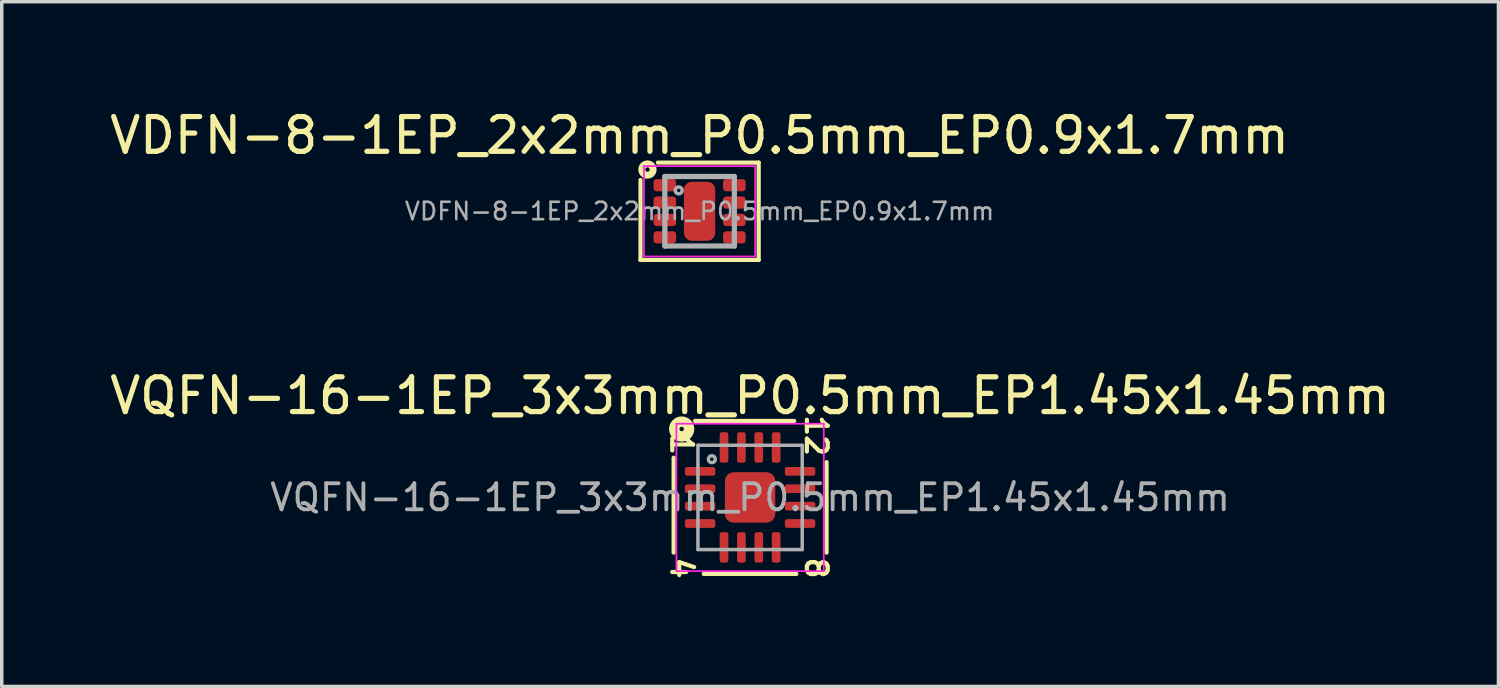
<source format=kicad_pcb>
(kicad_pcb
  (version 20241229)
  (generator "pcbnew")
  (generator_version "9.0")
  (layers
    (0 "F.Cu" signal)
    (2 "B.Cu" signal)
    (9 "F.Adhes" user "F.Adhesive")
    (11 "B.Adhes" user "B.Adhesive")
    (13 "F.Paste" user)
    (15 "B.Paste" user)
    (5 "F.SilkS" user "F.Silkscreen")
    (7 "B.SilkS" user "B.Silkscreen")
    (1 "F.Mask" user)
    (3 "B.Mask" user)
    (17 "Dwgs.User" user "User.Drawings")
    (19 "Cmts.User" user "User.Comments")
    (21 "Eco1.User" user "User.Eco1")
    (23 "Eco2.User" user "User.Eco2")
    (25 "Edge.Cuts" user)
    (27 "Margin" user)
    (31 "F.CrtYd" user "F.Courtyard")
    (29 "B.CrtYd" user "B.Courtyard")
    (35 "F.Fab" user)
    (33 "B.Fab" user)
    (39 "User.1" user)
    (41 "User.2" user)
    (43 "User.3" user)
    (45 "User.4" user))
  (footprint "VQFN-16-1EP_3x3mm_P0.5mm_EP1.45x1.45mm"
    (layer "F.Cu")
    (at 18.53 11.261)
    (property "Reference" "VQFN-16-1EP_3x3mm_P0.5mm_EP1.45x1.45mm" (at 0 -2.925 0) (layer "F.SilkS") (effects (font (size 1 1) (thickness 0.15))))
    (attr smd)
    (fp_line (start -2.2 1.587) (end -2.2 -1.143) (stroke (width 0.12) (type solid)) (layer "F.SilkS"))
    (fp_line (start -1.587 -2.2) (end 1.27 -2.2) (stroke (width 0.12) (type solid)) (layer "F.SilkS"))
    (fp_line (start 1.333 2.2) (end -1.333 2.2) (stroke (width 0.12) (type solid)) (layer "F.SilkS"))
    (fp_line (start 2.2 -1.016) (end 2.2 1.587) (stroke (width 0.12) (type solid)) (layer "F.SilkS"))
    (fp_circle (center -1.968 -1.968) (end -1.905 -1.968) (stroke (width 0.3) (type solid)) (fill no) (layer "F.SilkS"))
    (fp_line (start -2.12 -2.12) (end -2.12 2.12) (stroke (width 0.05) (type solid)) (layer "F.CrtYd"))
    (fp_line (start -2.12 2.12) (end 2.12 2.12) (stroke (width 0.05) (type solid)) (layer "F.CrtYd"))
    (fp_line (start 2.12 -2.12) (end -2.12 -2.12) (stroke (width 0.05) (type solid)) (layer "F.CrtYd"))
    (fp_line (start 2.12 2.12) (end 2.12 -2.12) (stroke (width 0.05) (type solid)) (layer "F.CrtYd"))
    (fp_line (start -1.5 -1.5) (end 1.5 -1.5) (stroke (width 0.1) (type solid)) (layer "F.Fab"))
    (fp_line (start -1.5 1.5) (end -1.5 -1.5) (stroke (width 0.1) (type solid)) (layer "F.Fab"))
    (fp_line (start 1.5 -1.5) (end 1.5 1.5) (stroke (width 0.1) (type solid)) (layer "F.Fab"))
    (fp_line (start 1.5 1.5) (end -1.5 1.5) (stroke (width 0.1) (type solid)) (layer "F.Fab"))
    (fp_circle (center -1.1 -1.1) (end -1 -1.1) (stroke (width 0.1) (type solid)) (fill no) (layer "F.Fab"))
    (fp_text user "8" (at 1.905 2.032 270) (unlocked yes) (layer "F.SilkS") (effects (font (size 0.6 0.6) (thickness 0.12))))
    (fp_text user "12" (at 1.905 -1.778 270) (unlocked yes) (layer "F.SilkS") (effects (font (size 0.6 0.6) (thickness 0.12))))
    (fp_text user "1" (at -1.968 -1.524 270) (unlocked yes) (layer "F.SilkS") (effects (font (size 0.6 0.6) (thickness 0.12))))
    (fp_text user "4" (at -1.968 2.032 270) (unlocked yes) (layer "F.SilkS") (effects (font (size 0.6 0.6) (thickness 0.12))))
    (fp_text user "${REFERENCE}" (at 0 0 0) (layer "F.Fab") (effects (font (size 0.75 0.75) (thickness 0.11))))
    (pad "" smd roundrect (at -0.36 -0.36) (size 0.58 0.58) (layers "F.Paste") (roundrect_rratio 0.25))
    (pad "" smd roundrect (at -0.36 0.36) (size 0.58 0.58) (layers "F.Paste") (roundrect_rratio 0.25))
    (pad "" smd roundrect (at 0.36 -0.36) (size 0.58 0.58) (layers "F.Paste") (roundrect_rratio 0.25))
    (pad "" smd roundrect (at 0.36 0.36) (size 0.58 0.58) (layers "F.Paste") (roundrect_rratio 0.25))
    (pad "1" smd roundrect (at -1.438 -0.75) (size 0.875 0.25) (layers "F.Cu" "F.Mask" "F.Paste") (roundrect_rratio 0.25))
    (pad "2" smd roundrect (at -1.438 -0.25) (size 0.875 0.25) (layers "F.Cu" "F.Mask" "F.Paste") (roundrect_rratio 0.25))
    (pad "3" smd roundrect (at -1.438 0.25) (size 0.875 0.25) (layers "F.Cu" "F.Mask" "F.Paste") (roundrect_rratio 0.25))
    (pad "4" smd roundrect (at -1.438 0.75) (size 0.875 0.25) (layers "F.Cu" "F.Mask" "F.Paste") (roundrect_rratio 0.25))
    (pad "5" smd roundrect (at -0.75 1.438) (size 0.25 0.875) (layers "F.Cu" "F.Mask" "F.Paste") (roundrect_rratio 0.25))
    (pad "6" smd roundrect (at -0.25 1.438) (size 0.25 0.875) (layers "F.Cu" "F.Mask" "F.Paste") (roundrect_rratio 0.25))
    (pad "7" smd roundrect (at 0.25 1.438) (size 0.25 0.875) (layers "F.Cu" "F.Mask" "F.Paste") (roundrect_rratio 0.25))
    (pad "8" smd roundrect (at 0.75 1.438) (size 0.25 0.875) (layers "F.Cu" "F.Mask" "F.Paste") (roundrect_rratio 0.25))
    (pad "9" smd roundrect (at 1.438 0.75) (size 0.875 0.25) (layers "F.Cu" "F.Mask" "F.Paste") (roundrect_rratio 0.25))
    (pad "10" smd roundrect (at 1.438 0.25) (size 0.875 0.25) (layers "F.Cu" "F.Mask" "F.Paste") (roundrect_rratio 0.25))
    (pad "11" smd roundrect (at 1.438 -0.25) (size 0.875 0.25) (layers "F.Cu" "F.Mask" "F.Paste") (roundrect_rratio 0.25))
    (pad "12" smd roundrect (at 1.438 -0.75) (size 0.875 0.25) (layers "F.Cu" "F.Mask" "F.Paste") (roundrect_rratio 0.25))
    (pad "13" smd roundrect (at 0.75 -1.438) (size 0.25 0.875) (layers "F.Cu" "F.Mask" "F.Paste") (roundrect_rratio 0.25))
    (pad "14" smd roundrect (at 0.25 -1.438) (size 0.25 0.875) (layers "F.Cu" "F.Mask" "F.Paste") (roundrect_rratio 0.25))
    (pad "15" smd roundrect (at -0.25 -1.438) (size 0.25 0.875) (layers "F.Cu" "F.Mask" "F.Paste") (roundrect_rratio 0.25))
    (pad "16" smd roundrect (at -0.75 -1.438) (size 0.25 0.875) (layers "F.Cu" "F.Mask" "F.Paste") (roundrect_rratio 0.25))
    (pad "17" smd roundrect (at 0 0) (size 1.45 1.45) (layers "F.Cu" "F.Mask") (roundrect_rratio 0.172)))
  (footprint "VDFN-8-1EP_2x2mm_P0.5mm_EP0.9x1.7mm"
    (layer "F.Cu")
    (at 17.077 3.028)
    (property "Reference" "VDFN-8-1EP_2x2mm_P0.5mm_EP0.9x1.7mm" (at 0 -2.18 0) (layer "F.SilkS") (effects (font (size 1 1) (thickness 0.15))))
    (attr smd)
    (fp_line (start -1.7 1.4) (end -1.7 -0.9) (stroke (width 0.12) (type solid)) (layer "F.SilkS"))
    (fp_line (start -1.2 -1.4) (end 1.7 -1.4) (stroke (width 0.12) (type solid)) (layer "F.SilkS"))
    (fp_line (start 1.7 -1.4) (end 1.7 1.4) (stroke (width 0.12) (type solid)) (layer "F.SilkS"))
    (fp_line (start 1.7 1.4) (end -1.7 1.4) (stroke (width 0.12) (type solid)) (layer "F.SilkS"))
    (fp_circle (center -1.5 -1.2) (end -1.437 -1.2) (stroke (width 0.2) (type solid)) (fill no) (layer "F.SilkS"))
    (fp_line (start -1.6 -1.3) (end -1.6 1.3) (stroke (width 0.05) (type solid)) (layer "F.CrtYd"))
    (fp_line (start -1.6 -1.3) (end 1.6 -1.3) (stroke (width 0.05) (type solid)) (layer "F.CrtYd"))
    (fp_line (start -1.6 1.3) (end 1.6 1.3) (stroke (width 0.05) (type solid)) (layer "F.CrtYd"))
    (fp_line (start 1.6 -1.3) (end 1.6 1.3) (stroke (width 0.05) (type solid)) (layer "F.CrtYd"))
    (fp_line (start -1 -1) (end 1 -1) (stroke (width 0.15) (type solid)) (layer "F.Fab"))
    (fp_line (start -1 1) (end -1 -1) (stroke (width 0.15) (type solid)) (layer "F.Fab"))
    (fp_line (start 1 -1) (end 1 1) (stroke (width 0.15) (type solid)) (layer "F.Fab"))
    (fp_line (start 1 1) (end -1 1) (stroke (width 0.15) (type solid)) (layer "F.Fab"))
    (fp_circle (center -0.6 -0.6) (end -0.5 -0.6) (stroke (width 0.1) (type solid)) (fill no) (layer "F.Fab"))
    (fp_text user "${REFERENCE}" (at 0 0 0) (layer "F.Fab") (effects (font (size 0.5 0.5) (thickness 0.075))))
    (pad "" smd roundrect (at 0 -0.425) (size 0.72 0.69) (layers "F.Paste") (roundrect_rratio 0.25))
    (pad "" smd roundrect (at 0 0.425) (size 0.72 0.69) (layers "F.Paste") (roundrect_rratio 0.25))
    (pad "1" smd roundrect (at -1 -0.75) (size 0.65 0.35) (layers "F.Cu" "F.Mask" "F.Paste") (roundrect_rratio 0.25))
    (pad "2" smd roundrect (at -1 -0.25) (size 0.65 0.35) (layers "F.Cu" "F.Mask" "F.Paste") (roundrect_rratio 0.25))
    (pad "3" smd roundrect (at -1 0.25) (size 0.65 0.35) (layers "F.Cu" "F.Mask" "F.Paste") (roundrect_rratio 0.25))
    (pad "4" smd roundrect (at -1 0.75) (size 0.65 0.35) (layers "F.Cu" "F.Mask" "F.Paste") (roundrect_rratio 0.25))
    (pad "5" smd roundrect (at 1 0.75) (size 0.65 0.35) (layers "F.Cu" "F.Mask" "F.Paste") (roundrect_rratio 0.25))
    (pad "6" smd roundrect (at 1 0.25) (size 0.65 0.35) (layers "F.Cu" "F.Mask" "F.Paste") (roundrect_rratio 0.25))
    (pad "7" smd roundrect (at 1 -0.25) (size 0.65 0.35) (layers "F.Cu" "F.Mask" "F.Paste") (roundrect_rratio 0.25))
    (pad "8" smd roundrect (at 1 -0.75) (size 0.65 0.35) (layers "F.Cu" "F.Mask" "F.Paste") (roundrect_rratio 0.25))
    (pad "9" smd roundrect (at 0 0) (size 0.9 1.7) (layers "F.Cu" "F.Mask") (roundrect_rratio 0.25)))
  (gr_rect
    (start -3 -3)
    (end 40.06 16.699)
    (stroke (width 0.1) (type default))
    (fill no)
    (layer "Edge.Cuts")))
</source>
